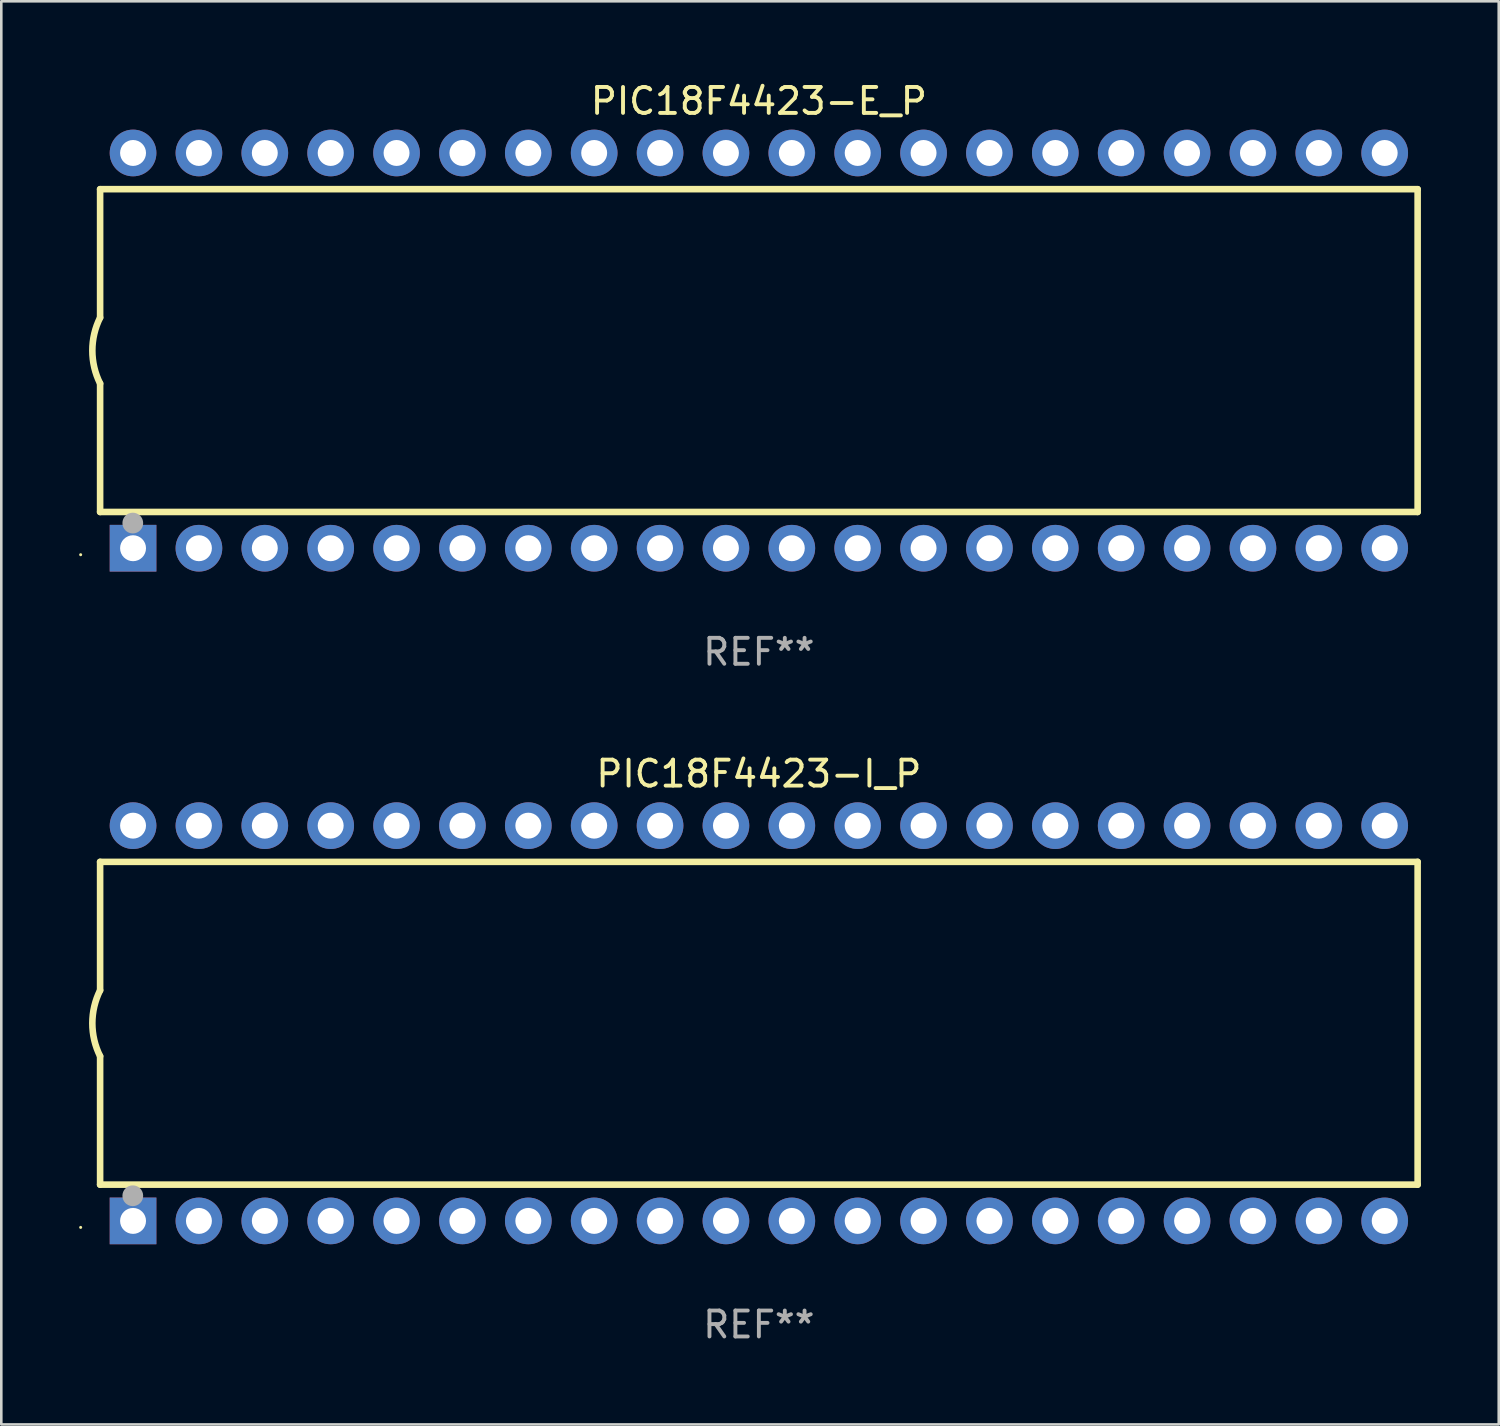
<source format=kicad_pcb>
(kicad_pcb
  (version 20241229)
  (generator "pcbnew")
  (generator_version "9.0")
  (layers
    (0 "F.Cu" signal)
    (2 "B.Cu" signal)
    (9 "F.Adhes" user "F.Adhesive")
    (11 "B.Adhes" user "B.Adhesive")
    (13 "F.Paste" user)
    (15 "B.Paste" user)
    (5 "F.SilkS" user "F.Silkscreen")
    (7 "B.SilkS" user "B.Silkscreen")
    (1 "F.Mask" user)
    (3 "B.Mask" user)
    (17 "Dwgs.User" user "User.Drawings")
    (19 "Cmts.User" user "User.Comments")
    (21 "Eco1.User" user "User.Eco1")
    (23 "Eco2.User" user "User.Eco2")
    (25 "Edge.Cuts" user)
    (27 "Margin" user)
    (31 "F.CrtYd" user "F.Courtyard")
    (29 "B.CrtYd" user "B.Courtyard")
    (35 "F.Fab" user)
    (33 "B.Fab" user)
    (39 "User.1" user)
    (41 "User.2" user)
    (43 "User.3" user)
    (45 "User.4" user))
  (footprint "PIC18F4423-I_P"
    (layer "F.Cu")
    (at 26.21 36.405)
    (property "Reference" "PIC18F4423-I_P" (at 0 -9.62 0) (layer "F.SilkS") (effects (font (size 1 1) (thickness 0.15))))
    (attr through_hole)
    (fp_line (start -25.4 -6.224) (end -25.4 -1.271) (stroke (width 0.254) (type solid)) (layer "F.SilkS"))
    (fp_line (start -25.4 -6.224) (end 25.4 -6.224) (stroke (width 0.254) (type solid)) (layer "F.SilkS"))
    (fp_line (start -25.4 1.269) (end -25.4 6.222) (stroke (width 0.254) (type solid)) (layer "F.SilkS"))
    (fp_line (start -25.4 6.222) (end 25.4 6.222) (stroke (width 0.254) (type solid)) (layer "F.SilkS"))
    (fp_line (start 25.4 6.222) (end 25.4 -6.224) (stroke (width 0.254) (type solid)) (layer "F.SilkS"))
    (fp_arc (start -25.4 1.269241) (mid -25.699807 -0.000762) (end -25.4 -1.270765) (stroke (width 0.254001) (type solid)) (layer "F.SilkS"))
    (fp_circle (center -26.15 7.87) (end -26.12 7.87) (stroke (width 0.06) (type solid)) (fill no) (layer "F.SilkS"))
    (fp_circle (center -24.14 6.65) (end -23.94 6.65) (stroke (width 0.4) (type solid)) (fill no) (layer "F.Fab"))
    (fp_text user "REF**" (at 0 11.62 0) (layer "F.Fab") (effects (font (size 1 1) (thickness 0.15))))
    (pad "1" thru_hole rect (at -24.13 7.62 90) (size 1.8 1.8) (drill 1) (layers "*.Cu" "*.Mask"))
    (pad "2" thru_hole circle (at -21.59 7.62) (size 1.8 1.8) (drill 1) (layers "*.Cu" "*.Mask"))
    (pad "3" thru_hole circle (at -19.05 7.62) (size 1.8 1.8) (drill 1) (layers "*.Cu" "*.Mask"))
    (pad "4" thru_hole circle (at -16.51 7.62) (size 1.8 1.8) (drill 1) (layers "*.Cu" "*.Mask"))
    (pad "5" thru_hole circle (at -13.97 7.62) (size 1.8 1.8) (drill 1) (layers "*.Cu" "*.Mask"))
    (pad "6" thru_hole circle (at -11.43 7.62) (size 1.8 1.8) (drill 1) (layers "*.Cu" "*.Mask"))
    (pad "7" thru_hole circle (at -8.89 7.62) (size 1.8 1.8) (drill 1) (layers "*.Cu" "*.Mask"))
    (pad "8" thru_hole circle (at -6.35 7.62) (size 1.8 1.8) (drill 1) (layers "*.Cu" "*.Mask"))
    (pad "9" thru_hole circle (at -3.81 7.62) (size 1.8 1.8) (drill 1) (layers "*.Cu" "*.Mask"))
    (pad "10" thru_hole circle (at -1.27 7.62) (size 1.8 1.8) (drill 1) (layers "*.Cu" "*.Mask"))
    (pad "11" thru_hole circle (at 1.27 7.62) (size 1.8 1.8) (drill 1) (layers "*.Cu" "*.Mask"))
    (pad "12" thru_hole circle (at 3.81 7.62) (size 1.8 1.8) (drill 1) (layers "*.Cu" "*.Mask"))
    (pad "13" thru_hole circle (at 6.35 7.62) (size 1.8 1.8) (drill 1) (layers "*.Cu" "*.Mask"))
    (pad "14" thru_hole circle (at 8.89 7.62) (size 1.8 1.8) (drill 1) (layers "*.Cu" "*.Mask"))
    (pad "15" thru_hole circle (at 11.43 7.62) (size 1.8 1.8) (drill 1) (layers "*.Cu" "*.Mask"))
    (pad "16" thru_hole circle (at 13.97 7.62) (size 1.8 1.8) (drill 1) (layers "*.Cu" "*.Mask"))
    (pad "17" thru_hole circle (at 16.51 7.62) (size 1.8 1.8) (drill 1) (layers "*.Cu" "*.Mask"))
    (pad "18" thru_hole circle (at 19.05 7.62) (size 1.8 1.8) (drill 1) (layers "*.Cu" "*.Mask"))
    (pad "19" thru_hole circle (at 21.59 7.62) (size 1.8 1.8) (drill 1) (layers "*.Cu" "*.Mask"))
    (pad "20" thru_hole circle (at 24.13 7.62) (size 1.8 1.8) (drill 1) (layers "*.Cu" "*.Mask"))
    (pad "21" thru_hole circle (at 24.13 -7.62) (size 1.8 1.8) (drill 1) (layers "*.Cu" "*.Mask"))
    (pad "22" thru_hole circle (at 21.59 -7.62) (size 1.8 1.8) (drill 1) (layers "*.Cu" "*.Mask"))
    (pad "23" thru_hole circle (at 19.05 -7.62) (size 1.8 1.8) (drill 1) (layers "*.Cu" "*.Mask"))
    (pad "24" thru_hole circle (at 16.51 -7.62) (size 1.8 1.8) (drill 1) (layers "*.Cu" "*.Mask"))
    (pad "25" thru_hole circle (at 13.97 -7.62) (size 1.8 1.8) (drill 1) (layers "*.Cu" "*.Mask"))
    (pad "26" thru_hole circle (at 11.43 -7.62) (size 1.8 1.8) (drill 1) (layers "*.Cu" "*.Mask"))
    (pad "27" thru_hole circle (at 8.89 -7.62) (size 1.8 1.8) (drill 1) (layers "*.Cu" "*.Mask"))
    (pad "28" thru_hole circle (at 6.35 -7.62) (size 1.8 1.8) (drill 1) (layers "*.Cu" "*.Mask"))
    (pad "29" thru_hole circle (at 3.81 -7.62) (size 1.8 1.8) (drill 1) (layers "*.Cu" "*.Mask"))
    (pad "30" thru_hole circle (at 1.27 -7.62) (size 1.8 1.8) (drill 1) (layers "*.Cu" "*.Mask"))
    (pad "31" thru_hole circle (at -1.27 -7.62) (size 1.8 1.8) (drill 1) (layers "*.Cu" "*.Mask"))
    (pad "32" thru_hole circle (at -3.81 -7.62) (size 1.8 1.8) (drill 1) (layers "*.Cu" "*.Mask"))
    (pad "33" thru_hole circle (at -6.35 -7.62) (size 1.8 1.8) (drill 1) (layers "*.Cu" "*.Mask"))
    (pad "34" thru_hole circle (at -8.89 -7.62) (size 1.8 1.8) (drill 1) (layers "*.Cu" "*.Mask"))
    (pad "35" thru_hole circle (at -11.43 -7.62) (size 1.8 1.8) (drill 1) (layers "*.Cu" "*.Mask"))
    (pad "36" thru_hole circle (at -13.97 -7.62) (size 1.8 1.8) (drill 1) (layers "*.Cu" "*.Mask"))
    (pad "37" thru_hole circle (at -16.51 -7.62) (size 1.8 1.8) (drill 1) (layers "*.Cu" "*.Mask"))
    (pad "38" thru_hole circle (at -19.05 -7.62) (size 1.8 1.8) (drill 1) (layers "*.Cu" "*.Mask"))
    (pad "39" thru_hole circle (at -21.59 -7.62) (size 1.8 1.8) (drill 1) (layers "*.Cu" "*.Mask"))
    (pad "40" thru_hole circle (at -24.13 -7.62) (size 1.8 1.8) (drill 1) (layers "*.Cu" "*.Mask")))
  (footprint "PIC18F4423-E_P"
    (layer "F.Cu")
    (at 26.21 10.468)
    (property "Reference" "PIC18F4423-E_P" (at 0 -9.62 0) (layer "F.SilkS") (effects (font (size 1 1) (thickness 0.15))))
    (attr through_hole)
    (fp_line (start -25.4 -6.224) (end -25.4 -1.271) (stroke (width 0.254) (type solid)) (layer "F.SilkS"))
    (fp_line (start -25.4 -6.224) (end 25.4 -6.224) (stroke (width 0.254) (type solid)) (layer "F.SilkS"))
    (fp_line (start -25.4 1.269) (end -25.4 6.222) (stroke (width 0.254) (type solid)) (layer "F.SilkS"))
    (fp_line (start -25.4 6.222) (end 25.4 6.222) (stroke (width 0.254) (type solid)) (layer "F.SilkS"))
    (fp_line (start 25.4 6.222) (end 25.4 -6.224) (stroke (width 0.254) (type solid)) (layer "F.SilkS"))
    (fp_arc (start -25.4 1.269241) (mid -25.699807 -0.000762) (end -25.4 -1.270765) (stroke (width 0.254001) (type solid)) (layer "F.SilkS"))
    (fp_circle (center -26.15 7.87) (end -26.12 7.87) (stroke (width 0.06) (type solid)) (fill no) (layer "F.SilkS"))
    (fp_circle (center -24.14 6.65) (end -23.94 6.65) (stroke (width 0.4) (type solid)) (fill no) (layer "F.Fab"))
    (fp_text user "REF**" (at 0 11.62 0) (layer "F.Fab") (effects (font (size 1 1) (thickness 0.15))))
    (pad "1" thru_hole rect (at -24.13 7.62 90) (size 1.8 1.8) (drill 1) (layers "*.Cu" "*.Mask"))
    (pad "2" thru_hole circle (at -21.59 7.62) (size 1.8 1.8) (drill 1) (layers "*.Cu" "*.Mask"))
    (pad "3" thru_hole circle (at -19.05 7.62) (size 1.8 1.8) (drill 1) (layers "*.Cu" "*.Mask"))
    (pad "4" thru_hole circle (at -16.51 7.62) (size 1.8 1.8) (drill 1) (layers "*.Cu" "*.Mask"))
    (pad "5" thru_hole circle (at -13.97 7.62) (size 1.8 1.8) (drill 1) (layers "*.Cu" "*.Mask"))
    (pad "6" thru_hole circle (at -11.43 7.62) (size 1.8 1.8) (drill 1) (layers "*.Cu" "*.Mask"))
    (pad "7" thru_hole circle (at -8.89 7.62) (size 1.8 1.8) (drill 1) (layers "*.Cu" "*.Mask"))
    (pad "8" thru_hole circle (at -6.35 7.62) (size 1.8 1.8) (drill 1) (layers "*.Cu" "*.Mask"))
    (pad "9" thru_hole circle (at -3.81 7.62) (size 1.8 1.8) (drill 1) (layers "*.Cu" "*.Mask"))
    (pad "10" thru_hole circle (at -1.27 7.62) (size 1.8 1.8) (drill 1) (layers "*.Cu" "*.Mask"))
    (pad "11" thru_hole circle (at 1.27 7.62) (size 1.8 1.8) (drill 1) (layers "*.Cu" "*.Mask"))
    (pad "12" thru_hole circle (at 3.81 7.62) (size 1.8 1.8) (drill 1) (layers "*.Cu" "*.Mask"))
    (pad "13" thru_hole circle (at 6.35 7.62) (size 1.8 1.8) (drill 1) (layers "*.Cu" "*.Mask"))
    (pad "14" thru_hole circle (at 8.89 7.62) (size 1.8 1.8) (drill 1) (layers "*.Cu" "*.Mask"))
    (pad "15" thru_hole circle (at 11.43 7.62) (size 1.8 1.8) (drill 1) (layers "*.Cu" "*.Mask"))
    (pad "16" thru_hole circle (at 13.97 7.62) (size 1.8 1.8) (drill 1) (layers "*.Cu" "*.Mask"))
    (pad "17" thru_hole circle (at 16.51 7.62) (size 1.8 1.8) (drill 1) (layers "*.Cu" "*.Mask"))
    (pad "18" thru_hole circle (at 19.05 7.62) (size 1.8 1.8) (drill 1) (layers "*.Cu" "*.Mask"))
    (pad "19" thru_hole circle (at 21.59 7.62) (size 1.8 1.8) (drill 1) (layers "*.Cu" "*.Mask"))
    (pad "20" thru_hole circle (at 24.13 7.62) (size 1.8 1.8) (drill 1) (layers "*.Cu" "*.Mask"))
    (pad "21" thru_hole circle (at 24.13 -7.62) (size 1.8 1.8) (drill 1) (layers "*.Cu" "*.Mask"))
    (pad "22" thru_hole circle (at 21.59 -7.62) (size 1.8 1.8) (drill 1) (layers "*.Cu" "*.Mask"))
    (pad "23" thru_hole circle (at 19.05 -7.62) (size 1.8 1.8) (drill 1) (layers "*.Cu" "*.Mask"))
    (pad "24" thru_hole circle (at 16.51 -7.62) (size 1.8 1.8) (drill 1) (layers "*.Cu" "*.Mask"))
    (pad "25" thru_hole circle (at 13.97 -7.62) (size 1.8 1.8) (drill 1) (layers "*.Cu" "*.Mask"))
    (pad "26" thru_hole circle (at 11.43 -7.62) (size 1.8 1.8) (drill 1) (layers "*.Cu" "*.Mask"))
    (pad "27" thru_hole circle (at 8.89 -7.62) (size 1.8 1.8) (drill 1) (layers "*.Cu" "*.Mask"))
    (pad "28" thru_hole circle (at 6.35 -7.62) (size 1.8 1.8) (drill 1) (layers "*.Cu" "*.Mask"))
    (pad "29" thru_hole circle (at 3.81 -7.62) (size 1.8 1.8) (drill 1) (layers "*.Cu" "*.Mask"))
    (pad "30" thru_hole circle (at 1.27 -7.62) (size 1.8 1.8) (drill 1) (layers "*.Cu" "*.Mask"))
    (pad "31" thru_hole circle (at -1.27 -7.62) (size 1.8 1.8) (drill 1) (layers "*.Cu" "*.Mask"))
    (pad "32" thru_hole circle (at -3.81 -7.62) (size 1.8 1.8) (drill 1) (layers "*.Cu" "*.Mask"))
    (pad "33" thru_hole circle (at -6.35 -7.62) (size 1.8 1.8) (drill 1) (layers "*.Cu" "*.Mask"))
    (pad "34" thru_hole circle (at -8.89 -7.62) (size 1.8 1.8) (drill 1) (layers "*.Cu" "*.Mask"))
    (pad "35" thru_hole circle (at -11.43 -7.62) (size 1.8 1.8) (drill 1) (layers "*.Cu" "*.Mask"))
    (pad "36" thru_hole circle (at -13.97 -7.62) (size 1.8 1.8) (drill 1) (layers "*.Cu" "*.Mask"))
    (pad "37" thru_hole circle (at -16.51 -7.62) (size 1.8 1.8) (drill 1) (layers "*.Cu" "*.Mask"))
    (pad "38" thru_hole circle (at -19.05 -7.62) (size 1.8 1.8) (drill 1) (layers "*.Cu" "*.Mask"))
    (pad "39" thru_hole circle (at -21.59 -7.62) (size 1.8 1.8) (drill 1) (layers "*.Cu" "*.Mask"))
    (pad "40" thru_hole circle (at -24.13 -7.62) (size 1.8 1.8) (drill 1) (layers "*.Cu" "*.Mask")))
  (gr_rect
    (start -3 -3)
    (end 54.737 51.873)
    (stroke (width 0.1) (type default))
    (fill no)
    (layer "Edge.Cuts")))
</source>
